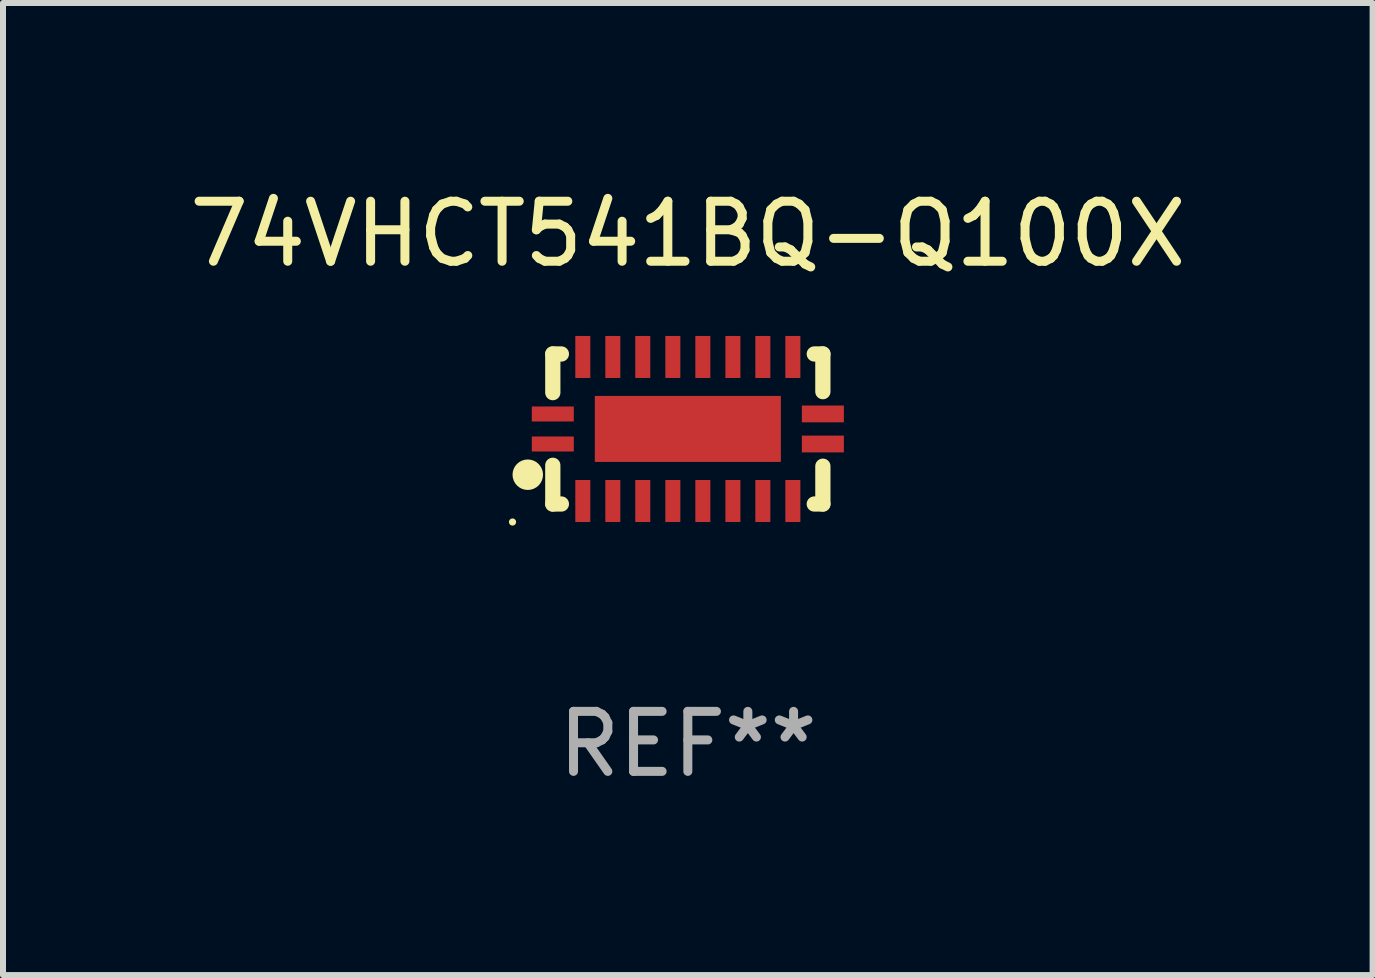
<source format=kicad_pcb>
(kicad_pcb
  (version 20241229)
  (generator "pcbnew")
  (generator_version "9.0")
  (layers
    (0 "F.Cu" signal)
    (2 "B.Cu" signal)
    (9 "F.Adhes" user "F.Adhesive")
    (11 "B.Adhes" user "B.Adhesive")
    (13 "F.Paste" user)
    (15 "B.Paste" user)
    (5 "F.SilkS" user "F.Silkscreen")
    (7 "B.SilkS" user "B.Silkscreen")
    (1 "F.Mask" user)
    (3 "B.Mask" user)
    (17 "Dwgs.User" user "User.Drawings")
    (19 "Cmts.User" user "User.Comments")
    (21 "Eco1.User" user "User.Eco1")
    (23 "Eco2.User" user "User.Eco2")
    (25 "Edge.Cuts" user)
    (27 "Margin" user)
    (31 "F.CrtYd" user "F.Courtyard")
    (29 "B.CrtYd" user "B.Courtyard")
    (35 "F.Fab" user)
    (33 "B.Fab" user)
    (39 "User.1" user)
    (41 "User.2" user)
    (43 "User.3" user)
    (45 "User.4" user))
  (footprint "74VHCT541BQ-Q100X"
    (layer "F.Cu")
    (at 8.411 4.098)
    (property "Reference" "74VHCT541BQ-Q100X" (at 0 -3.25 0) (layer "F.SilkS") (effects (font (size 1 1) (thickness 0.15))))
    (attr through_hole)
    (fp_line (start -2.25 0.605) (end -2.25 1.25) (stroke (width 0.254) (type solid)) (layer "F.SilkS"))
    (fp_line (start -2.25 1.25) (end -2.107 1.25) (stroke (width 0.254) (type solid)) (layer "F.SilkS"))
    (fp_line (start -2.25 -1.25) (end -2.25 -0.606) (stroke (width 0.254) (type solid)) (layer "F.SilkS"))
    (fp_line (start -2.25 -1.25) (end -2.107 -1.25) (stroke (width 0.254) (type solid)) (layer "F.SilkS"))
    (fp_line (start 2.107 -1.25) (end 2.25 -1.25) (stroke (width 0.254) (type solid)) (layer "F.SilkS"))
    (fp_line (start 2.107 1.25) (end 2.25 1.25) (stroke (width 0.254) (type solid)) (layer "F.SilkS"))
    (fp_line (start 2.25 -1.25) (end 2.25 -0.622) (stroke (width 0.254) (type solid)) (layer "F.SilkS"))
    (fp_line (start 2.25 0.62) (end 2.25 1.25) (stroke (width 0.254) (type solid)) (layer "F.SilkS"))
    (fp_circle (center -2.921 1.55) (end -2.891 1.55) (stroke (width 0.06) (type solid)) (fill no) (layer "F.SilkS"))
    (fp_circle (center -2.667 0.762) (end -2.54 0.762) (stroke (width 0.254) (type solid)) (fill no) (layer "F.SilkS"))
    (fp_text user "REF**" (at 0 5.25 0) (layer "F.Fab") (effects (font (size 1 1) (thickness 0.15))))
    (pad "1" smd rect (at -2.25 0.25 180) (size 0.7 0.25) (layers "F.Cu" "F.Mask" "F.Paste"))
    (pad "2" smd rect (at -1.75 1.2 90) (size 0.7 0.25) (layers "F.Cu" "F.Mask" "F.Paste"))
    (pad "3" smd rect (at -1.25 1.2 90) (size 0.7 0.25) (layers "F.Cu" "F.Mask" "F.Paste"))
    (pad "4" smd rect (at -0.751 1.2 90) (size 0.7 0.25) (layers "F.Cu" "F.Mask" "F.Paste"))
    (pad "5" smd rect (at -0.25 1.2 90) (size 0.7 0.25) (layers "F.Cu" "F.Mask" "F.Paste"))
    (pad "6" smd rect (at 0.25 1.2 90) (size 0.7 0.25) (layers "F.Cu" "F.Mask" "F.Paste"))
    (pad "7" smd rect (at 0.751 1.2 90) (size 0.7 0.25) (layers "F.Cu" "F.Mask" "F.Paste"))
    (pad "8" smd rect (at 1.25 1.2 90) (size 0.7 0.25) (layers "F.Cu" "F.Mask" "F.Paste"))
    (pad "9" smd rect (at 1.75 1.2 90) (size 0.7 0.25) (layers "F.Cu" "F.Mask" "F.Paste"))
    (pad "10" smd rect (at 2.25 0.25 180) (size 0.7 0.28) (layers "F.Cu" "F.Mask" "F.Paste"))
    (pad "11" smd rect (at 2.25 -0.251 180) (size 0.7 0.28) (layers "F.Cu" "F.Mask" "F.Paste"))
    (pad "12" smd rect (at 1.75 -1.2 90) (size 0.7 0.25) (layers "F.Cu" "F.Mask" "F.Paste"))
    (pad "13" smd rect (at 1.25 -1.2 90) (size 0.7 0.25) (layers "F.Cu" "F.Mask" "F.Paste"))
    (pad "14" smd rect (at 0.751 -1.2 90) (size 0.7 0.25) (layers "F.Cu" "F.Mask" "F.Paste"))
    (pad "15" smd rect (at 0.25 -1.2 90) (size 0.7 0.25) (layers "F.Cu" "F.Mask" "F.Paste"))
    (pad "16" smd rect (at -0.25 -1.2 90) (size 0.7 0.25) (layers "F.Cu" "F.Mask" "F.Paste"))
    (pad "17" smd rect (at -0.751 -1.2 90) (size 0.7 0.25) (layers "F.Cu" "F.Mask" "F.Paste"))
    (pad "18" smd rect (at -1.25 -1.2 90) (size 0.7 0.25) (layers "F.Cu" "F.Mask" "F.Paste"))
    (pad "19" smd rect (at -1.75 -1.2 90) (size 0.7 0.25) (layers "F.Cu" "F.Mask" "F.Paste"))
    (pad "20" smd rect (at -2.25 -0.25 180) (size 0.7 0.25) (layers "F.Cu" "F.Mask" "F.Paste"))
    (pad "21" smd rect (at 0 -0.001 180) (size 3.1 1.1) (layers "F.Cu" "F.Mask" "F.Paste")))
  (gr_rect
    (start -3 -3)
    (end 19.821 13.197)
    (stroke (width 0.1) (type default))
    (fill no)
    (layer "Edge.Cuts")))
</source>
